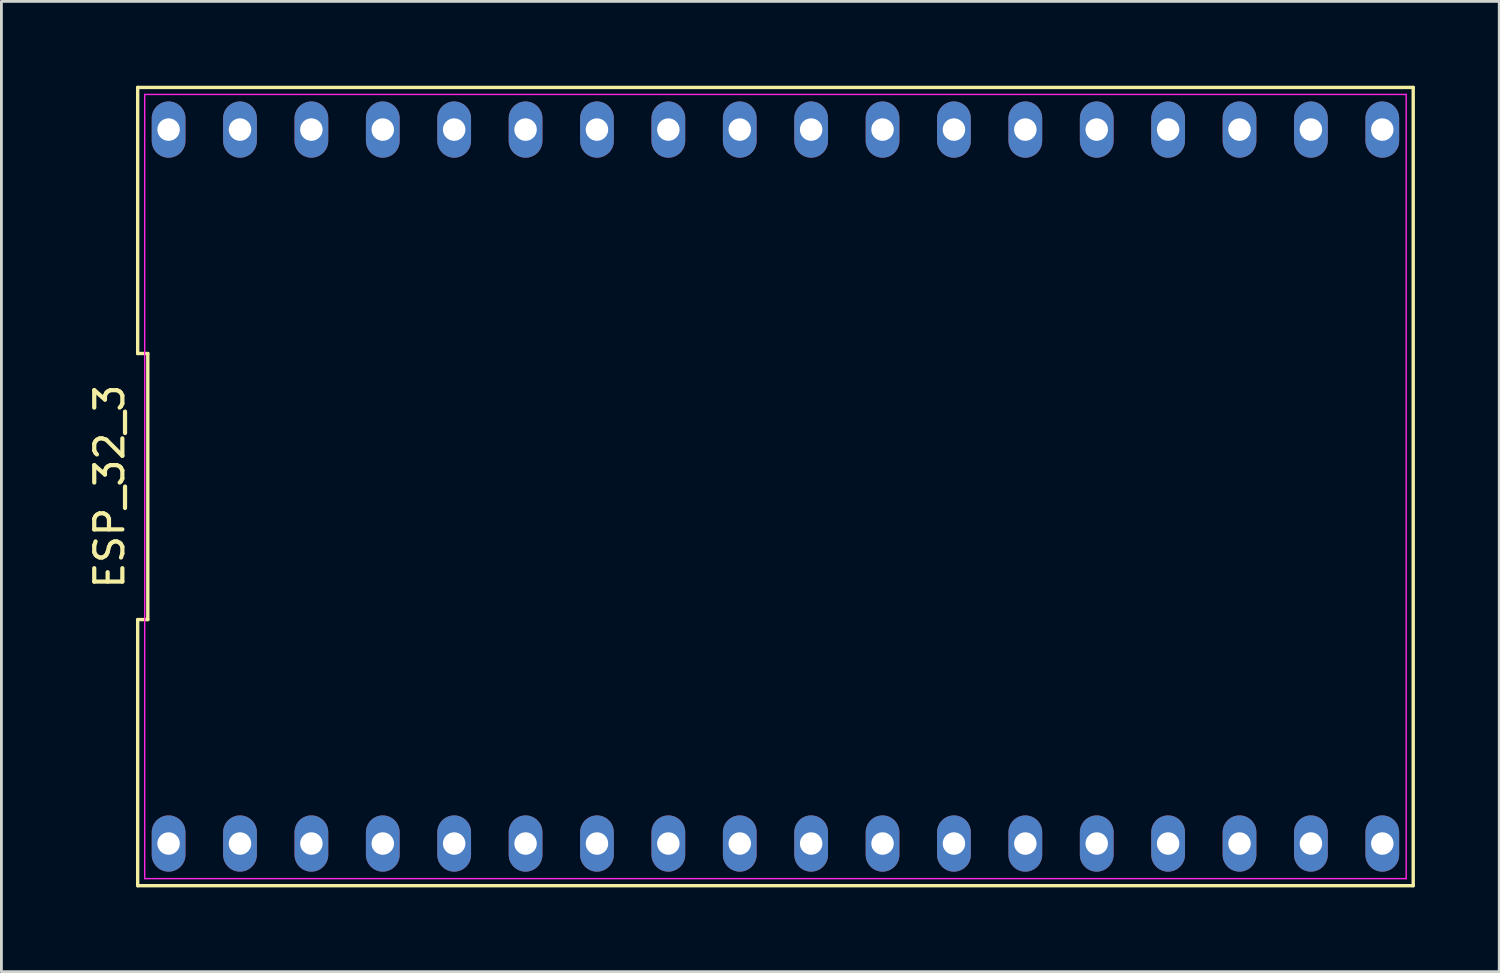
<source format=kicad_pcb>
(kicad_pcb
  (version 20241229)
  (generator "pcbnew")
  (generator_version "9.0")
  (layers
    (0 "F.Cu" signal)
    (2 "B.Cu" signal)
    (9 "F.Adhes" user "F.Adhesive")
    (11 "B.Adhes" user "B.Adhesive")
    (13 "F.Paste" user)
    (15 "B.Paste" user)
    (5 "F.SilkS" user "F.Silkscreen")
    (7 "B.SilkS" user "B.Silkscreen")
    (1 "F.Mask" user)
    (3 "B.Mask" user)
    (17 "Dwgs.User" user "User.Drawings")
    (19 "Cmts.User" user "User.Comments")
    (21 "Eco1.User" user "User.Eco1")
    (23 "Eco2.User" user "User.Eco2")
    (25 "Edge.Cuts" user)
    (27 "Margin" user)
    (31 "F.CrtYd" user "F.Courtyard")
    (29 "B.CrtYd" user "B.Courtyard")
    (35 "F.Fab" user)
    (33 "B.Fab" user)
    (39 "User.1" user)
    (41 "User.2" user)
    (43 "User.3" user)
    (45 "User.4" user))
  (footprint "ESP_32_3"
    (layer "F.Cu")
    (at 24.538 14.26)
    (property "Reference" "ESP_32_3" (at -23.69 0 90) (layer "F.SilkS") (effects (font (size 1 1) (thickness 0.15))))
    (attr through_hole)
    (fp_line (start -22.69 -14.2) (end -22.69 -4.733) (stroke (width 0.12) (type solid)) (layer "F.SilkS"))
    (fp_line (start -22.69 -4.733) (end -22.33 -4.733) (stroke (width 0.12) (type solid)) (layer "F.SilkS"))
    (fp_line (start -22.69 4.733) (end -22.69 14.2) (stroke (width 0.12) (type solid)) (layer "F.SilkS"))
    (fp_line (start -22.69 14.2) (end 22.69 14.2) (stroke (width 0.12) (type solid)) (layer "F.SilkS"))
    (fp_line (start -22.33 -4.733) (end -22.33 4.733) (stroke (width 0.12) (type solid)) (layer "F.SilkS"))
    (fp_line (start -22.33 4.733) (end -22.69 4.733) (stroke (width 0.12) (type solid)) (layer "F.SilkS"))
    (fp_line (start 22.69 -14.2) (end -22.69 -14.2) (stroke (width 0.12) (type solid)) (layer "F.SilkS"))
    (fp_line (start 22.69 14.2) (end 22.69 -14.2) (stroke (width 0.12) (type solid)) (layer "F.SilkS"))
    (fp_line (start -22.44 -13.95) (end 22.44 -13.95) (stroke (width 0.05) (type solid)) (layer "F.CrtYd"))
    (fp_line (start -22.44 13.95) (end -22.44 -13.95) (stroke (width 0.05) (type solid)) (layer "F.CrtYd"))
    (fp_line (start 22.44 -13.95) (end 22.44 13.95) (stroke (width 0.05) (type solid)) (layer "F.CrtYd"))
    (fp_line (start 22.44 13.95) (end -22.44 13.95) (stroke (width 0.05) (type solid)) (layer "F.CrtYd"))
    (pad "1" thru_hole oval (at -21.59 12.7) (size 1.2 2) (drill 0.8) (layers "*.Cu" "*.Mask"))
    (pad "2" thru_hole oval (at -19.05 12.7) (size 1.2 2) (drill 0.8) (layers "*.Cu" "*.Mask"))
    (pad "3" thru_hole oval (at -16.51 12.7) (size 1.2 2) (drill 0.8) (layers "*.Cu" "*.Mask"))
    (pad "4" thru_hole oval (at -13.97 12.7) (size 1.2 2) (drill 0.8) (layers "*.Cu" "*.Mask"))
    (pad "5" thru_hole oval (at -11.43 12.7) (size 1.2 2) (drill 0.8) (layers "*.Cu" "*.Mask"))
    (pad "6" thru_hole oval (at -8.89 12.7) (size 1.2 2) (drill 0.8) (layers "*.Cu" "*.Mask"))
    (pad "7" thru_hole oval (at -6.35 12.7) (size 1.2 2) (drill 0.8) (layers "*.Cu" "*.Mask"))
    (pad "8" thru_hole oval (at -3.81 12.7) (size 1.2 2) (drill 0.8) (layers "*.Cu" "*.Mask"))
    (pad "9" thru_hole oval (at -1.27 12.7) (size 1.2 2) (drill 0.8) (layers "*.Cu" "*.Mask"))
    (pad "10" thru_hole oval (at 1.27 12.7) (size 1.2 2) (drill 0.8) (layers "*.Cu" "*.Mask"))
    (pad "11" thru_hole oval (at 3.81 12.7) (size 1.2 2) (drill 0.8) (layers "*.Cu" "*.Mask"))
    (pad "12" thru_hole oval (at 6.35 12.7) (size 1.2 2) (drill 0.8) (layers "*.Cu" "*.Mask"))
    (pad "13" thru_hole oval (at 8.89 12.7) (size 1.2 2) (drill 0.8) (layers "*.Cu" "*.Mask"))
    (pad "14" thru_hole oval (at 11.43 12.7) (size 1.2 2) (drill 0.8) (layers "*.Cu" "*.Mask"))
    (pad "15" thru_hole oval (at 13.97 12.7) (size 1.2 2) (drill 0.8) (layers "*.Cu" "*.Mask"))
    (pad "16" thru_hole oval (at 16.51 12.7) (size 1.2 2) (drill 0.8) (layers "*.Cu" "*.Mask"))
    (pad "17" thru_hole oval (at 19.05 12.7) (size 1.2 2) (drill 0.8) (layers "*.Cu" "*.Mask"))
    (pad "18" thru_hole oval (at 21.59 12.7) (size 1.2 2) (drill 0.8) (layers "*.Cu" "*.Mask"))
    (pad "19" thru_hole oval (at 21.59 -12.7) (size 1.2 2) (drill 0.8) (layers "*.Cu" "*.Mask"))
    (pad "20" thru_hole oval (at 19.05 -12.7) (size 1.2 2) (drill 0.8) (layers "*.Cu" "*.Mask"))
    (pad "21" thru_hole oval (at 16.51 -12.7) (size 1.2 2) (drill 0.8) (layers "*.Cu" "*.Mask"))
    (pad "22" thru_hole oval (at 13.97 -12.7) (size 1.2 2) (drill 0.8) (layers "*.Cu" "*.Mask"))
    (pad "23" thru_hole oval (at 11.43 -12.7) (size 1.2 2) (drill 0.8) (layers "*.Cu" "*.Mask"))
    (pad "24" thru_hole oval (at 8.89 -12.7) (size 1.2 2) (drill 0.8) (layers "*.Cu" "*.Mask"))
    (pad "25" thru_hole oval (at 6.35 -12.7) (size 1.2 2) (drill 0.8) (layers "*.Cu" "*.Mask"))
    (pad "26" thru_hole oval (at 3.81 -12.7) (size 1.2 2) (drill 0.8) (layers "*.Cu" "*.Mask"))
    (pad "27" thru_hole oval (at 1.27 -12.7) (size 1.2 2) (drill 0.8) (layers "*.Cu" "*.Mask"))
    (pad "28" thru_hole oval (at -1.27 -12.7) (size 1.2 2) (drill 0.8) (layers "*.Cu" "*.Mask"))
    (pad "29" thru_hole oval (at -3.81 -12.7) (size 1.2 2) (drill 0.8) (layers "*.Cu" "*.Mask"))
    (pad "30" thru_hole oval (at -6.35 -12.7) (size 1.2 2) (drill 0.8) (layers "*.Cu" "*.Mask"))
    (pad "31" thru_hole oval (at -8.89 -12.7) (size 1.2 2) (drill 0.8) (layers "*.Cu" "*.Mask"))
    (pad "32" thru_hole oval (at -11.43 -12.7) (size 1.2 2) (drill 0.8) (layers "*.Cu" "*.Mask"))
    (pad "33" thru_hole oval (at -13.97 -12.7) (size 1.2 2) (drill 0.8) (layers "*.Cu" "*.Mask"))
    (pad "34" thru_hole oval (at -16.51 -12.7) (size 1.2 2) (drill 0.8) (layers "*.Cu" "*.Mask"))
    (pad "35" thru_hole oval (at -19.05 -12.7) (size 1.2 2) (drill 0.8) (layers "*.Cu" "*.Mask"))
    (pad "36" thru_hole oval (at -21.59 -12.7) (size 1.2 2) (drill 0.8) (layers "*.Cu" "*.Mask")))
  (gr_rect
    (start -3 -3)
    (end 50.288 31.52)
    (stroke (width 0.1) (type default))
    (fill no)
    (layer "Edge.Cuts")))
</source>
